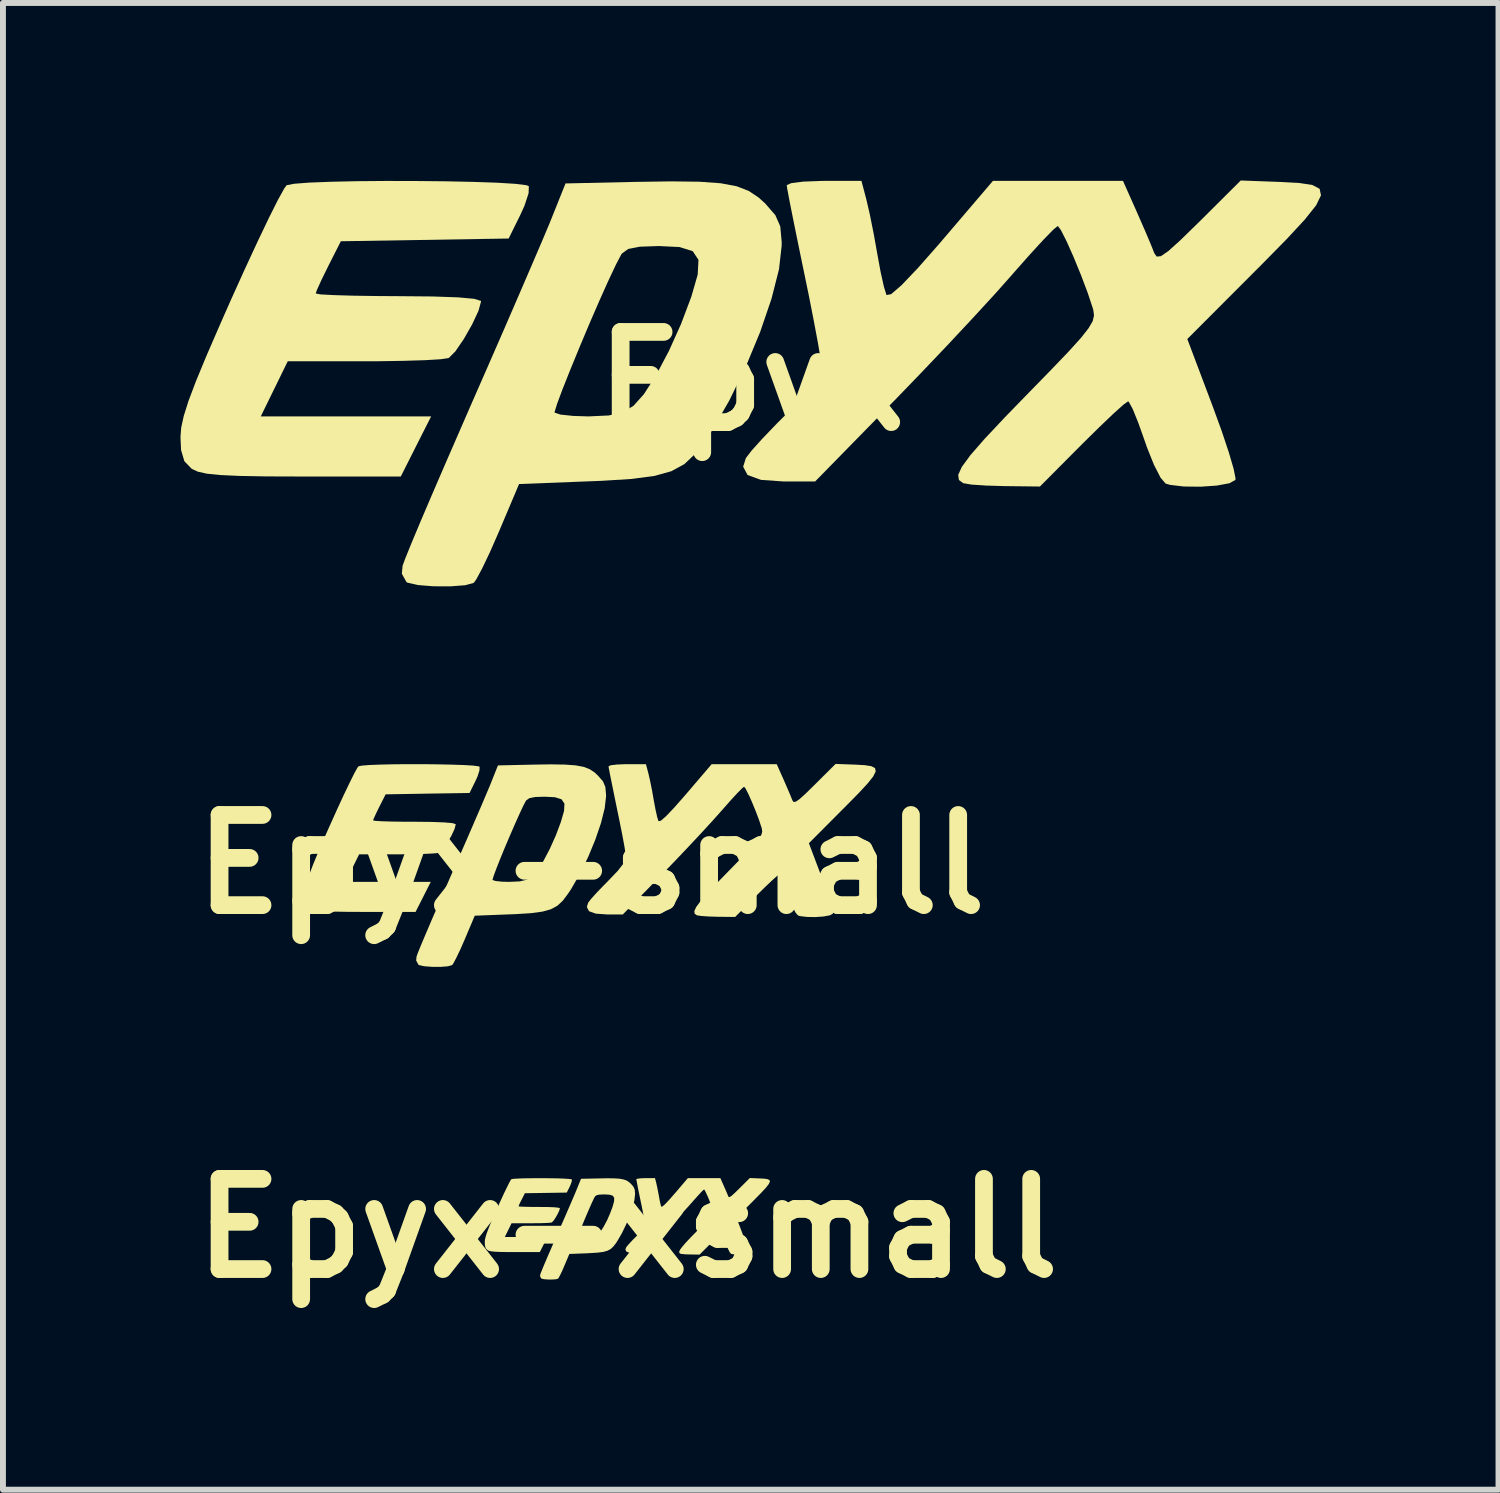
<source format=kicad_pcb>
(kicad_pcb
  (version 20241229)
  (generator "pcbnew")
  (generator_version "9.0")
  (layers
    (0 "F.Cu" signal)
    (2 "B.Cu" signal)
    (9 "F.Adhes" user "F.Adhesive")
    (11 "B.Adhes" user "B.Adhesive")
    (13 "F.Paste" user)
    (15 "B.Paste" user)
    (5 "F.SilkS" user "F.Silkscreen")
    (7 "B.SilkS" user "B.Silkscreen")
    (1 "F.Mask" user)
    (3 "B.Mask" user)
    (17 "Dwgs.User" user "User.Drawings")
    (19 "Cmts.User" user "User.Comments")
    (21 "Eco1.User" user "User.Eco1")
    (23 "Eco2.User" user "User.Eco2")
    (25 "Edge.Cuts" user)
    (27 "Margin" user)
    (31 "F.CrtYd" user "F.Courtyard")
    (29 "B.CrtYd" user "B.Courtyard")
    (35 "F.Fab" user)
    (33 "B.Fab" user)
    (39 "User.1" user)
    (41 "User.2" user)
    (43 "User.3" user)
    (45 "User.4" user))
  (footprint "Epyx-xsmall"
    (layer "F.Cu")
    (at 7.555 17.707)
    (property "Reference" "Epyx-xsmall" (at 0 0 0) (layer "F.SilkS") (effects (font (size 1.524 1.524) (thickness 0.3))))
    (attr board_only exclude_from_pos_files exclude_from_bom)
    (fp_poly (pts (xy -1.417 -0.846) (xy -1.291 -0.845) (xy -1.174 -0.843) (xy -1.074 -0.839) (xy -0.997 -0.834) (xy -0.951 -0.829) (xy -0.941 -0.825) (xy -0.942 -0.795) (xy -0.96 -0.742) (xy -0.977 -0.703) (xy -1.027 -0.603) (xy -1.735 -0.592) (xy -1.788 -0.487) (xy -1.818 -0.428) (xy -1.837 -0.385) (xy -1.841 -0.371) (xy -1.821 -0.367) (xy -1.766 -0.364) (xy -1.682 -0.362) (xy -1.577 -0.36) (xy -1.492 -0.36) (xy -1.348 -0.359) (xy -1.241 -0.355) (xy -1.172 -0.348) (xy -1.144 -0.34) (xy -1.143 -0.338) (xy -1.154 -0.298) (xy -1.181 -0.241) (xy -1.216 -0.179) (xy -1.251 -0.127) (xy -1.279 -0.099) (xy -1.281 -0.098) (xy -1.314 -0.093) (xy -1.38 -0.089) (xy -1.472 -0.086) (xy -1.582 -0.085) (xy -1.638 -0.085) (xy -1.96 -0.085) (xy -2.017 0.032) (xy -2.074 0.148) (xy -1.354 0.148) (xy -1.418 0.275) (xy -1.482 0.402) (xy -1.901 0.402) (xy -2.05 0.402) (xy -2.163 0.4) (xy -2.245 0.396) (xy -2.302 0.39) (xy -2.34 0.382) (xy -2.364 0.37) (xy -2.366 0.369) (xy -2.397 0.338) (xy -2.41 0.29) (xy -2.413 0.236) (xy -2.41 0.196) (xy -2.399 0.147) (xy -2.379 0.083) (xy -2.348 0.000435) (xy -2.304 -0.107) (xy -2.244 -0.245) (xy -2.203 -0.338) (xy -2.143 -0.47) (xy -2.088 -0.589) (xy -2.039 -0.69) (xy -2.001 -0.767) (xy -1.974 -0.815) (xy -1.965 -0.828) (xy -1.934 -0.835) (xy -1.87 -0.839) (xy -1.779 -0.843) (xy -1.669 -0.845) (xy -1.546 -0.846)) (stroke (width 0) (type solid)) (fill yes) (layer "F.SilkS"))
    (fp_poly (pts (xy -0.221 -0.843) (xy -0.131 -0.837) (xy -0.064 -0.824) (xy -0.012 -0.805) (xy 0.029 -0.777) (xy 0.057 -0.752) (xy 0.1 -0.702) (xy 0.121 -0.655) (xy 0.127 -0.589) (xy 0.127 -0.574) (xy 0.116 -0.474) (xy 0.084 -0.349) (xy 0.036 -0.208) (xy -0.025 -0.062) (xy -0.094 0.081) (xy -0.169 0.21) (xy -0.194 0.249) (xy -0.238 0.307) (xy -0.284 0.35) (xy -0.339 0.38) (xy -0.411 0.4) (xy -0.507 0.412) (xy -0.635 0.42) (xy -0.687 0.423) (xy -0.983 0.434) (xy -1.068 0.635) (xy -1.105 0.721) (xy -1.139 0.791) (xy -1.164 0.838) (xy -1.174 0.852) (xy -1.21 0.862) (xy -1.272 0.866) (xy -1.344 0.866) (xy -1.41 0.861) (xy -1.454 0.851) (xy -1.458 0.849) (xy -1.478 0.813) (xy -1.475 0.779) (xy -1.463 0.748) (xy -1.437 0.683) (xy -1.398 0.59) (xy -1.348 0.473) (xy -1.289 0.337) (xy -1.224 0.187) (xy -1.198 0.129) (xy -0.832 0.129) (xy -0.832 0.132) (xy -0.808 0.141) (xy -0.754 0.146) (xy -0.69 0.148) (xy -0.603 0.144) (xy -0.544 0.13) (xy -0.499 0.104) (xy -0.455 0.054) (xy -0.404 -0.026) (xy -0.349 -0.128) (xy -0.298 -0.243) (xy -0.255 -0.357) (xy -0.228 -0.451) (xy -0.225 -0.513) (xy -0.249 -0.55) (xy -0.304 -0.567) (xy -0.392 -0.572) (xy -0.473 -0.569) (xy -0.521 -0.559) (xy -0.547 -0.54) (xy -0.552 -0.534) (xy -0.573 -0.494) (xy -0.605 -0.426) (xy -0.643 -0.34) (xy -0.685 -0.243) (xy -0.727 -0.144) (xy -0.766 -0.049) (xy -0.799 0.034) (xy -0.822 0.095) (xy -0.832 0.129) (xy -1.198 0.129) (xy -1.183 0.095) (xy -1.113 -0.066) (xy -1.045 -0.222) (xy -0.983 -0.365) (xy -0.929 -0.491) (xy -0.885 -0.593) (xy -0.855 -0.666) (xy -0.846 -0.688) (xy -0.786 -0.836) (xy -0.494 -0.842) (xy -0.339 -0.845)) (stroke (width 0) (type solid)) (fill yes) (layer "F.SilkS"))
    (fp_poly (pts (xy 2.234 -0.842) (xy 2.313 -0.838) (xy 2.369 -0.829) (xy 2.4 -0.813) (xy 2.406 -0.786) (xy 2.385 -0.744) (xy 2.337 -0.683) (xy 2.261 -0.601) (xy 2.155 -0.494) (xy 2.129 -0.467) (xy 1.841 -0.179) (xy 1.948 0.105) (xy 1.985 0.208) (xy 2.016 0.299) (xy 2.036 0.369) (xy 2.045 0.41) (xy 2.044 0.417) (xy 2.019 0.431) (xy 1.965 0.44) (xy 1.897 0.445) (xy 1.826 0.445) (xy 1.768 0.437) (xy 1.749 0.432) (xy 1.728 0.407) (xy 1.7 0.352) (xy 1.67 0.278) (xy 1.661 0.252) (xy 1.634 0.176) (xy 1.61 0.117) (xy 1.594 0.087) (xy 1.591 0.085) (xy 1.571 0.099) (xy 1.528 0.137) (xy 1.468 0.194) (xy 1.397 0.264) (xy 1.397 0.265) (xy 1.218 0.445) (xy 1.069 0.443) (xy 0.991 0.441) (xy 0.929 0.436) (xy 0.895 0.431) (xy 0.894 0.43) (xy 0.876 0.417) (xy 0.873 0.395) (xy 0.888 0.361) (xy 0.925 0.312) (xy 0.984 0.243) (xy 1.07 0.152) (xy 1.164 0.056) (xy 1.264 -0.048) (xy 1.339 -0.126) (xy 1.391 -0.183) (xy 1.424 -0.224) (xy 1.441 -0.254) (xy 1.446 -0.278) (xy 1.444 -0.3) (xy 1.441 -0.308) (xy 1.42 -0.374) (xy 1.391 -0.449) (xy 1.36 -0.526) (xy 1.33 -0.592) (xy 1.307 -0.639) (xy 1.293 -0.656) (xy 1.275 -0.641) (xy 1.235 -0.6) (xy 1.178 -0.538) (xy 1.111 -0.463) (xy 1.1 -0.45) (xy 1.028 -0.369) (xy 0.935 -0.267) (xy 0.827 -0.153) (xy 0.714 -0.034) (xy 0.604 0.08) (xy 0.595 0.09) (xy 0.268 0.423) (xy 0.137 0.423) (xy 0.04 0.417) (xy -0.017 0.396) (xy -0.036 0.361) (xy -0.024 0.324) (xy -0.000418 0.293) (xy 0.046 0.241) (xy 0.107 0.177) (xy 0.147 0.138) (xy 0.225 0.055) (xy 0.276 -0.009) (xy 0.296 -0.053) (xy 0.296 -0.056) (xy 0.292 -0.091) (xy 0.28 -0.16) (xy 0.263 -0.255) (xy 0.241 -0.367) (xy 0.222 -0.457) (xy 0.198 -0.574) (xy 0.177 -0.677) (xy 0.161 -0.759) (xy 0.151 -0.812) (xy 0.148 -0.829) (xy 0.168 -0.837) (xy 0.219 -0.844) (xy 0.292 -0.847) (xy 0.306 -0.847) (xy 0.464 -0.847) (xy 0.485 -0.767) (xy 0.499 -0.705) (xy 0.516 -0.619) (xy 0.531 -0.54) (xy 0.545 -0.462) (xy 0.559 -0.399) (xy 0.57 -0.365) (xy 0.57 -0.364) (xy 0.589 -0.368) (xy 0.633 -0.406) (xy 0.701 -0.477) (xy 0.792 -0.581) (xy 0.802 -0.592) (xy 1.019 -0.847) (xy 1.569 -0.847) (xy 1.628 -0.714) (xy 1.66 -0.641) (xy 1.687 -0.578) (xy 1.702 -0.541) (xy 1.711 -0.527) (xy 1.729 -0.529) (xy 1.76 -0.55) (xy 1.81 -0.595) (xy 1.883 -0.666) (xy 1.891 -0.674) (xy 2.067 -0.849)) (stroke (width 0) (type solid)) (fill yes) (layer "F.SilkS")))
  (footprint "Epyx"
    (layer "F.Cu")
    (at 9.652 3.394)
    (property "Reference" "Epyx" (at 0 0 0) (layer "F.SilkS") (effects (font (size 1.524 1.524) (thickness 0.3))))
    (attr board_only exclude_from_pos_files exclude_from_bom)
    (fp_poly (pts (xy -5.67 -3.385) (xy -5.165 -3.38) (xy -4.698 -3.37) (xy -4.296 -3.356) (xy -3.988 -3.337) (xy -3.805 -3.314) (xy -3.765 -3.298) (xy -3.769 -3.178) (xy -3.839 -2.966) (xy -3.909 -2.812) (xy -4.106 -2.413) (xy -6.942 -2.367) (xy -7.154 -1.948) (xy -7.271 -1.71) (xy -7.348 -1.539) (xy -7.366 -1.484) (xy -7.286 -1.469) (xy -7.065 -1.457) (xy -6.73 -1.447) (xy -6.309 -1.441) (xy -5.969 -1.439) (xy -5.391 -1.434) (xy -4.962 -1.419) (xy -4.688 -1.394) (xy -4.575 -1.359) (xy -4.572 -1.352) (xy -4.615 -1.193) (xy -4.723 -0.962) (xy -4.863 -0.716) (xy -5.005 -0.508) (xy -5.116 -0.396) (xy -5.125 -0.392) (xy -5.255 -0.373) (xy -5.521 -0.357) (xy -5.89 -0.346) (xy -6.327 -0.339) (xy -6.551 -0.339) (xy -7.839 -0.339) (xy -8.067 0.127) (xy -8.295 0.593) (xy -5.416 0.593) (xy -5.673 1.101) (xy -5.929 1.609) (xy -7.602 1.609) (xy -8.2 1.607) (xy -8.651 1.599) (xy -8.979 1.584) (xy -9.207 1.561) (xy -9.358 1.527) (xy -9.456 1.482) (xy -9.464 1.477) (xy -9.586 1.351) (xy -9.642 1.162) (xy -9.652 0.943) (xy -9.64 0.783) (xy -9.597 0.587) (xy -9.517 0.333) (xy -9.392 0.002) (xy -9.214 -0.429) (xy -8.975 -0.979) (xy -8.811 -1.351) (xy -8.572 -1.88) (xy -8.351 -2.357) (xy -8.158 -2.761) (xy -8.003 -3.07) (xy -7.897 -3.261) (xy -7.858 -3.314) (xy -7.737 -3.338) (xy -7.48 -3.358) (xy -7.116 -3.372) (xy -6.674 -3.382) (xy -6.182 -3.386)) (stroke (width 0) (type solid)) (fill yes) (layer "F.SilkS"))
    (fp_poly (pts (xy -0.882 -3.373) (xy -0.523 -3.347) (xy -0.255 -3.297) (xy -0.05 -3.218) (xy 0.117 -3.107) (xy 0.228 -3.007) (xy 0.401 -2.808) (xy 0.484 -2.619) (xy 0.508 -2.357) (xy 0.508 -2.294) (xy 0.463 -1.895) (xy 0.336 -1.395) (xy 0.144 -0.833) (xy -0.099 -0.247) (xy -0.377 0.324) (xy -0.676 0.842) (xy -0.777 0.995) (xy -0.954 1.227) (xy -1.136 1.399) (xy -1.356 1.519) (xy -1.643 1.599) (xy -2.028 1.65) (xy -2.541 1.682) (xy -2.748 1.69) (xy -3.93 1.736) (xy -4.27 2.54) (xy -4.42 2.882) (xy -4.555 3.165) (xy -4.656 3.352) (xy -4.697 3.407) (xy -4.841 3.446) (xy -5.088 3.465) (xy -5.376 3.464) (xy -5.64 3.443) (xy -5.815 3.403) (xy -5.832 3.394) (xy -5.911 3.252) (xy -5.899 3.118) (xy -5.853 2.993) (xy -5.748 2.734) (xy -5.591 2.359) (xy -5.391 1.891) (xy -5.156 1.347) (xy -4.896 0.75) (xy -4.794 0.516) (xy -3.329 0.516) (xy -3.329 0.529) (xy -3.231 0.562) (xy -3.014 0.585) (xy -2.758 0.593) (xy -2.412 0.577) (xy -2.176 0.52) (xy -1.998 0.415) (xy -1.821 0.218) (xy -1.614 -0.104) (xy -1.398 -0.513) (xy -1.191 -0.973) (xy -1.019 -1.43) (xy -0.911 -1.804) (xy -0.898 -2.052) (xy -0.995 -2.199) (xy -1.218 -2.269) (xy -1.569 -2.286) (xy -1.89 -2.275) (xy -2.084 -2.237) (xy -2.19 -2.161) (xy -2.206 -2.138) (xy -2.292 -1.974) (xy -2.419 -1.705) (xy -2.573 -1.361) (xy -2.741 -0.974) (xy -2.909 -0.574) (xy -3.065 -0.194) (xy -3.196 0.135) (xy -3.288 0.382) (xy -3.329 0.516) (xy -4.794 0.516) (xy -4.734 0.378) (xy -4.452 -0.265) (xy -4.181 -0.886) (xy -3.932 -1.461) (xy -3.715 -1.965) (xy -3.54 -2.373) (xy -3.418 -2.663) (xy -3.382 -2.752) (xy -3.145 -3.344) (xy -1.975 -3.37) (xy -1.357 -3.379)) (stroke (width 0) (type solid)) (fill yes) (layer "F.SilkS"))
    (fp_poly (pts (xy 8.937 -3.369) (xy 9.253 -3.352) (xy 9.475 -3.318) (xy 9.599 -3.253) (xy 9.622 -3.143) (xy 9.54 -2.974) (xy 9.348 -2.733) (xy 9.043 -2.404) (xy 8.622 -1.976) (xy 8.516 -1.87) (xy 7.363 -0.715) (xy 7.791 0.42) (xy 7.942 0.834) (xy 8.063 1.196) (xy 8.145 1.476) (xy 8.178 1.641) (xy 8.176 1.666) (xy 8.076 1.722) (xy 7.862 1.762) (xy 7.587 1.781) (xy 7.305 1.778) (xy 7.07 1.75) (xy 6.996 1.728) (xy 6.911 1.629) (xy 6.799 1.41) (xy 6.679 1.111) (xy 6.644 1.009) (xy 6.535 0.702) (xy 6.441 0.47) (xy 6.375 0.348) (xy 6.362 0.339) (xy 6.283 0.395) (xy 6.111 0.55) (xy 5.872 0.778) (xy 5.589 1.057) (xy 5.588 1.058) (xy 4.872 1.778) (xy 4.278 1.771) (xy 3.965 1.762) (xy 3.714 1.745) (xy 3.578 1.722) (xy 3.577 1.722) (xy 3.503 1.668) (xy 3.491 1.581) (xy 3.553 1.445) (xy 3.698 1.247) (xy 3.937 0.973) (xy 4.28 0.608) (xy 4.655 0.222) (xy 5.058 -0.191) (xy 5.356 -0.502) (xy 5.563 -0.731) (xy 5.694 -0.897) (xy 5.764 -1.017) (xy 5.786 -1.112) (xy 5.775 -1.2) (xy 5.766 -1.234) (xy 5.68 -1.494) (xy 5.565 -1.798) (xy 5.44 -2.103) (xy 5.321 -2.37) (xy 5.226 -2.557) (xy 5.174 -2.625) (xy 5.099 -2.564) (xy 4.938 -2.399) (xy 4.712 -2.153) (xy 4.444 -1.851) (xy 4.399 -1.799) (xy 4.113 -1.477) (xy 3.739 -1.07) (xy 3.31 -0.611) (xy 2.858 -0.136) (xy 2.416 0.322) (xy 2.378 0.36) (xy 1.073 1.693) (xy 0.547 1.693) (xy 0.16 1.666) (xy -0.069 1.583) (xy -0.143 1.443) (xy -0.097 1.297) (xy -0.002 1.173) (xy 0.184 0.966) (xy 0.43 0.71) (xy 0.587 0.553) (xy 0.901 0.222) (xy 1.104 -0.037) (xy 1.184 -0.21) (xy 1.185 -0.224) (xy 1.168 -0.366) (xy 1.122 -0.642) (xy 1.051 -1.02) (xy 0.963 -1.469) (xy 0.889 -1.826) (xy 0.792 -2.296) (xy 0.708 -2.709) (xy 0.643 -3.036) (xy 0.603 -3.248) (xy 0.593 -3.315) (xy 0.67 -3.349) (xy 0.876 -3.375) (xy 1.168 -3.386) (xy 1.224 -3.387) (xy 1.856 -3.387) (xy 1.94 -3.069) (xy 1.998 -2.818) (xy 2.066 -2.478) (xy 2.123 -2.159) (xy 2.18 -1.848) (xy 2.236 -1.597) (xy 2.279 -1.459) (xy 2.28 -1.458) (xy 2.358 -1.473) (xy 2.533 -1.624) (xy 2.804 -1.908) (xy 3.169 -2.322) (xy 3.208 -2.368) (xy 4.078 -3.387) (xy 6.276 -3.387) (xy 6.512 -2.857) (xy 6.641 -2.562) (xy 6.748 -2.31) (xy 6.806 -2.164) (xy 6.845 -2.108) (xy 6.917 -2.115) (xy 7.042 -2.201) (xy 7.24 -2.379) (xy 7.532 -2.664) (xy 7.566 -2.697) (xy 8.266 -3.394)) (stroke (width 0) (type solid)) (fill yes) (layer "F.SilkS")))
  (footprint "Epyx-small"
    (layer "F.Cu")
    (at 6.938 11.557)
    (property "Reference" "Epyx-small" (at 0 0 0) (layer "F.SilkS") (effects (font (size 1.524 1.524) (thickness 0.3))))
    (attr board_only exclude_from_pos_files exclude_from_bom)
    (fp_poly (pts (xy -2.835 -1.693) (xy -2.583 -1.69) (xy -2.349 -1.685) (xy -2.148 -1.678) (xy -1.994 -1.669) (xy -1.902 -1.657) (xy -1.883 -1.649) (xy -1.885 -1.589) (xy -1.919 -1.483) (xy -1.954 -1.406) (xy -2.053 -1.206) (xy -2.762 -1.195) (xy -3.471 -1.183) (xy -3.577 -0.974) (xy -3.635 -0.855) (xy -3.674 -0.769) (xy -3.683 -0.742) (xy -3.643 -0.735) (xy -3.532 -0.728) (xy -3.365 -0.723) (xy -3.155 -0.72) (xy -2.985 -0.72) (xy -2.696 -0.717) (xy -2.481 -0.709) (xy -2.344 -0.697) (xy -2.287 -0.679) (xy -2.286 -0.676) (xy -2.307 -0.596) (xy -2.361 -0.481) (xy -2.432 -0.358) (xy -2.503 -0.254) (xy -2.558 -0.198) (xy -2.563 -0.196) (xy -2.628 -0.187) (xy -2.761 -0.179) (xy -2.945 -0.173) (xy -3.164 -0.17) (xy -3.275 -0.169) (xy -3.919 -0.169) (xy -4.148 0.296) (xy -2.708 0.296) (xy -2.965 0.804) (xy -3.801 0.804) (xy -4.1 0.803) (xy -4.325 0.799) (xy -4.489 0.792) (xy -4.603 0.781) (xy -4.679 0.764) (xy -4.728 0.741) (xy -4.732 0.738) (xy -4.793 0.675) (xy -4.821 0.581) (xy -4.826 0.471) (xy -4.82 0.391) (xy -4.799 0.293) (xy -4.759 0.167) (xy -4.696 0.001) (xy -4.607 -0.214) (xy -4.488 -0.49) (xy -4.405 -0.676) (xy -4.286 -0.94) (xy -4.176 -1.178) (xy -4.079 -1.38) (xy -4.002 -1.535) (xy -3.949 -1.631) (xy -3.929 -1.657) (xy -3.869 -1.669) (xy -3.74 -1.679) (xy -3.558 -1.686) (xy -3.337 -1.691) (xy -3.091 -1.693)) (stroke (width 0) (type solid)) (fill yes) (layer "F.SilkS"))
    (fp_poly (pts (xy -0.441 -1.686) (xy -0.262 -1.673) (xy -0.127 -1.648) (xy -0.025 -1.609) (xy 0.059 -1.554) (xy 0.114 -1.503) (xy 0.201 -1.404) (xy 0.242 -1.309) (xy 0.254 -1.178) (xy 0.254 -1.147) (xy 0.231 -0.948) (xy 0.168 -0.697) (xy 0.072 -0.416) (xy -0.049 -0.123) (xy -0.189 0.162) (xy -0.338 0.421) (xy -0.389 0.497) (xy -0.477 0.614) (xy -0.568 0.699) (xy -0.678 0.759) (xy -0.821 0.799) (xy -1.014 0.825) (xy -1.271 0.841) (xy -1.374 0.845) (xy -1.965 0.868) (xy -2.135 1.27) (xy -2.21 1.441) (xy -2.278 1.583) (xy -2.328 1.676) (xy -2.348 1.703) (xy -2.42 1.723) (xy -2.544 1.733) (xy -2.688 1.732) (xy -2.82 1.722) (xy -2.908 1.702) (xy -2.916 1.697) (xy -2.955 1.626) (xy -2.949 1.559) (xy -2.927 1.497) (xy -2.874 1.367) (xy -2.795 1.18) (xy -2.695 0.945) (xy -2.578 0.674) (xy -2.448 0.375) (xy -2.397 0.258) (xy -1.664 0.258) (xy -1.664 0.265) (xy -1.616 0.281) (xy -1.507 0.293) (xy -1.379 0.296) (xy -1.206 0.288) (xy -1.088 0.26) (xy -0.999 0.207) (xy -0.91 0.109) (xy -0.807 -0.052) (xy -0.699 -0.257) (xy -0.596 -0.486) (xy -0.51 -0.715) (xy -0.456 -0.902) (xy -0.449 -1.026) (xy -0.498 -1.099) (xy -0.609 -1.134) (xy -0.784 -1.143) (xy -0.945 -1.138) (xy -1.042 -1.118) (xy -1.095 -1.081) (xy -1.103 -1.069) (xy -1.146 -0.987) (xy -1.209 -0.852) (xy -1.286 -0.68) (xy -1.37 -0.487) (xy -1.455 -0.287) (xy -1.533 -0.097) (xy -1.598 0.067) (xy -1.644 0.191) (xy -1.664 0.258) (xy -2.397 0.258) (xy -2.367 0.189) (xy -2.226 -0.133) (xy -2.09 -0.443) (xy -1.966 -0.73) (xy -1.857 -0.982) (xy -1.77 -1.187) (xy -1.709 -1.331) (xy -1.691 -1.376) (xy -1.573 -1.672) (xy -0.987 -1.685) (xy -0.679 -1.69)) (stroke (width 0) (type solid)) (fill yes) (layer "F.SilkS"))
    (fp_poly (pts (xy 4.469 -1.685) (xy 4.626 -1.676) (xy 4.737 -1.659) (xy 4.8 -1.626) (xy 4.811 -1.571) (xy 4.77 -1.487) (xy 4.674 -1.366) (xy 4.522 -1.202) (xy 4.311 -0.988) (xy 4.258 -0.935) (xy 3.682 -0.357) (xy 3.896 0.21) (xy 3.971 0.417) (xy 4.031 0.598) (xy 4.072 0.738) (xy 4.089 0.82) (xy 4.088 0.833) (xy 4.038 0.861) (xy 3.931 0.881) (xy 3.793 0.891) (xy 3.652 0.889) (xy 3.535 0.875) (xy 3.498 0.864) (xy 3.456 0.815) (xy 3.399 0.705) (xy 3.34 0.555) (xy 3.322 0.504) (xy 3.268 0.351) (xy 3.22 0.235) (xy 3.188 0.174) (xy 3.181 0.169) (xy 3.142 0.198) (xy 3.056 0.275) (xy 2.936 0.389) (xy 2.795 0.528) (xy 2.794 0.529) (xy 2.436 0.889) (xy 2.139 0.886) (xy 1.983 0.881) (xy 1.857 0.872) (xy 1.789 0.861) (xy 1.789 0.861) (xy 1.751 0.834) (xy 1.746 0.79) (xy 1.776 0.723) (xy 1.849 0.624) (xy 1.969 0.487) (xy 2.14 0.304) (xy 2.328 0.111) (xy 2.529 -0.095) (xy 2.678 -0.251) (xy 2.782 -0.366) (xy 2.847 -0.448) (xy 2.882 -0.509) (xy 2.893 -0.556) (xy 2.887 -0.6) (xy 2.883 -0.617) (xy 2.84 -0.747) (xy 2.783 -0.899) (xy 2.72 -1.052) (xy 2.661 -1.185) (xy 2.613 -1.279) (xy 2.587 -1.312) (xy 2.55 -1.282) (xy 2.469 -1.2) (xy 2.356 -1.077) (xy 2.222 -0.925) (xy 2.2 -0.9) (xy 2.056 -0.739) (xy 1.869 -0.535) (xy 1.655 -0.306) (xy 1.429 -0.068) (xy 1.208 0.161) (xy 1.189 0.18) (xy 0.537 0.847) (xy 0.274 0.847) (xy 0.08 0.833) (xy -0.034 0.792) (xy -0.071 0.721) (xy -0.048 0.648) (xy -0.001 0.586) (xy 0.092 0.483) (xy 0.215 0.355) (xy 0.293 0.276) (xy 0.451 0.111) (xy 0.552 -0.019) (xy 0.592 -0.105) (xy 0.593 -0.112) (xy 0.584 -0.183) (xy 0.561 -0.321) (xy 0.526 -0.51) (xy 0.481 -0.735) (xy 0.444 -0.913) (xy 0.396 -1.148) (xy 0.354 -1.355) (xy 0.321 -1.518) (xy 0.301 -1.624) (xy 0.296 -1.657) (xy 0.335 -1.675) (xy 0.438 -1.687) (xy 0.584 -1.693) (xy 0.612 -1.693) (xy 0.928 -1.693) (xy 0.97 -1.535) (xy 0.999 -1.409) (xy 1.033 -1.239) (xy 1.061 -1.079) (xy 1.09 -0.924) (xy 1.118 -0.799) (xy 1.14 -0.73) (xy 1.14 -0.729) (xy 1.179 -0.737) (xy 1.266 -0.812) (xy 1.402 -0.954) (xy 1.584 -1.161) (xy 1.604 -1.184) (xy 2.039 -1.693) (xy 3.138 -1.693) (xy 3.256 -1.429) (xy 3.32 -1.281) (xy 3.374 -1.155) (xy 3.403 -1.082) (xy 3.423 -1.054) (xy 3.459 -1.058) (xy 3.521 -1.1) (xy 3.62 -1.189) (xy 3.766 -1.332) (xy 3.783 -1.349) (xy 4.133 -1.697)) (stroke (width 0) (type solid)) (fill yes) (layer "F.SilkS")))
  (gr_rect
    (start -3 -3)
    (end 22.274 22.125)
    (stroke (width 0.1) (type default))
    (fill no)
    (layer "Edge.Cuts")))
</source>
